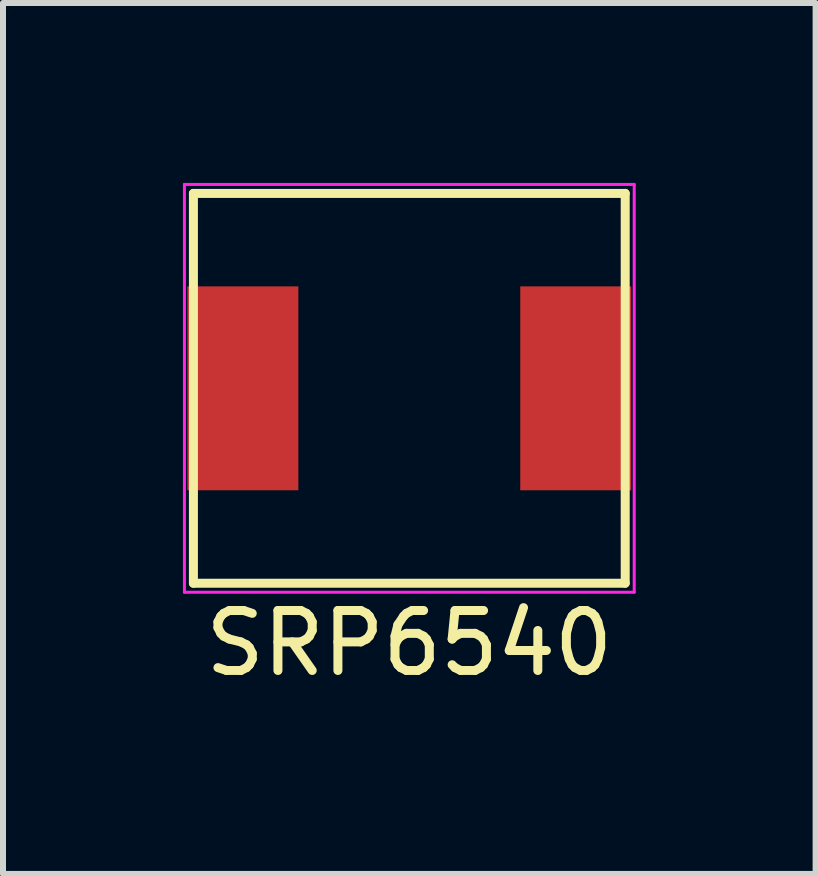
<source format=kicad_pcb>
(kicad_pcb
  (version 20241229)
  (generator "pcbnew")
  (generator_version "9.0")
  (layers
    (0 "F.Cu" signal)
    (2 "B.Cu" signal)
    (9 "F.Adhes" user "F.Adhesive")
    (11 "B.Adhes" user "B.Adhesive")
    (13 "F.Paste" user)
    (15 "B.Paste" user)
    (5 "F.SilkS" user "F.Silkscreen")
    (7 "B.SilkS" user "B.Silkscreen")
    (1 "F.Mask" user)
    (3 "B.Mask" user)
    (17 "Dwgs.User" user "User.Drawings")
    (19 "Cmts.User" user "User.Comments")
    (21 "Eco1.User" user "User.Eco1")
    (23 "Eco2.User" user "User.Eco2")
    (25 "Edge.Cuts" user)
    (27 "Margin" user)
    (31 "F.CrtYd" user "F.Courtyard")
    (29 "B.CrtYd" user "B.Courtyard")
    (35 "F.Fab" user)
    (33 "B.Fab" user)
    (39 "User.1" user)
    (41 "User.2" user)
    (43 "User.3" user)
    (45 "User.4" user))
  (footprint "SRP6540"
    (layer "F.Cu")
    (at 3.775 3.425)
    (property "Reference" "SRP6540" (at 0 4.25 0) (layer "F.SilkS") (effects (font (size 1 1) (thickness 0.15))))
    (attr smd)
    (fp_line (start -3.6 -3.25) (end -3.6 3.25) (stroke (width 0.15) (type solid)) (layer "F.SilkS"))
    (fp_line (start -3.6 -3.25) (end 3.6 -3.25) (stroke (width 0.15) (type solid)) (layer "F.SilkS"))
    (fp_line (start 3.6 -3.25) (end 3.6 3.25) (stroke (width 0.15) (type solid)) (layer "F.SilkS"))
    (fp_line (start 3.6 3.25) (end -3.6 3.25) (stroke (width 0.15) (type solid)) (layer "F.SilkS"))
    (fp_line (start -3.75 -3.4) (end 3.75 -3.4) (stroke (width 0.05) (type solid)) (layer "F.CrtYd"))
    (fp_line (start -3.75 3.4) (end -3.75 -3.4) (stroke (width 0.05) (type solid)) (layer "F.CrtYd"))
    (fp_line (start 3.75 -3.4) (end 3.75 3.4) (stroke (width 0.05) (type solid)) (layer "F.CrtYd"))
    (fp_line (start 3.75 3.4) (end -3.75 3.4) (stroke (width 0.05) (type solid)) (layer "F.CrtYd"))
    (pad "1" smd rect (at -2.775 0) (size 1.85 3.4) (layers "F.Cu" "F.Mask" "F.Paste"))
    (pad "2" smd rect (at 2.775 0) (size 1.85 3.4) (layers "F.Cu" "F.Mask" "F.Paste")))
  (gr_rect
    (start -3 -3)
    (end 10.55 11.523)
    (stroke (width 0.1) (type default))
    (fill no)
    (layer "Edge.Cuts")))
</source>
